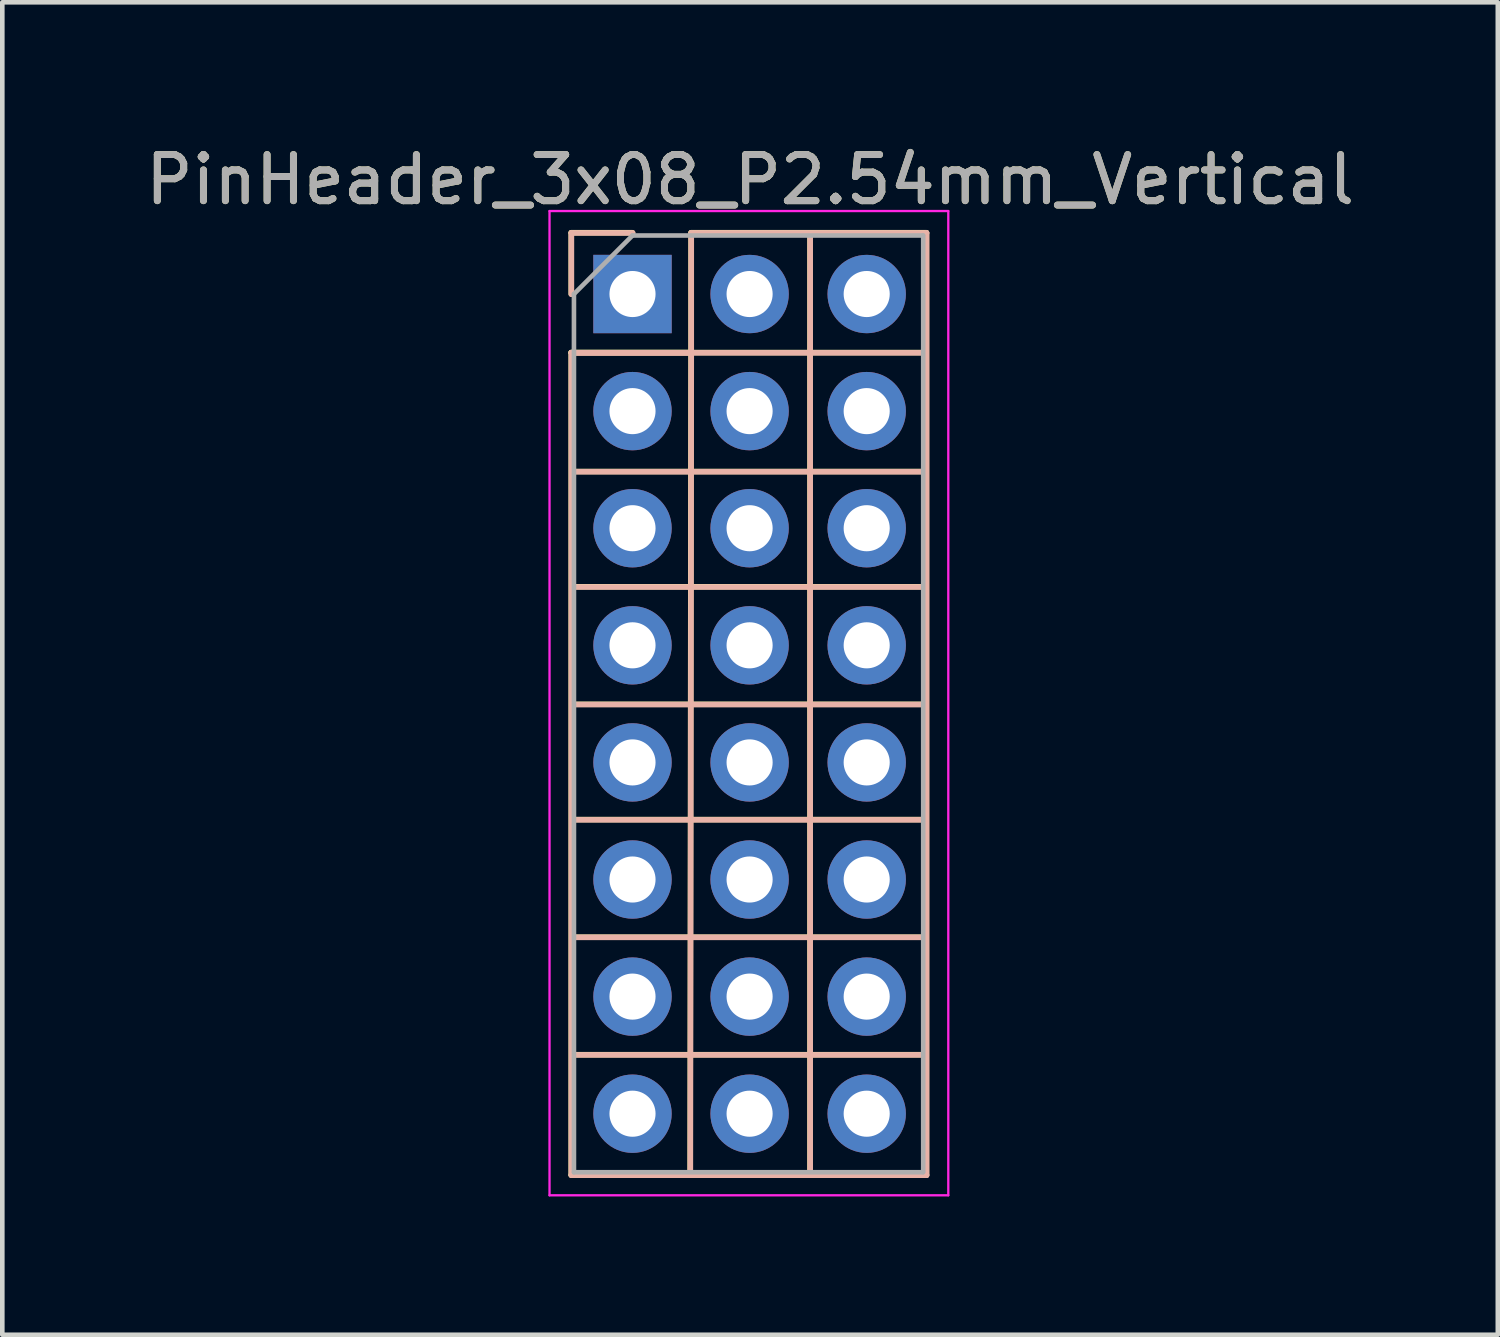
<source format=kicad_pcb>
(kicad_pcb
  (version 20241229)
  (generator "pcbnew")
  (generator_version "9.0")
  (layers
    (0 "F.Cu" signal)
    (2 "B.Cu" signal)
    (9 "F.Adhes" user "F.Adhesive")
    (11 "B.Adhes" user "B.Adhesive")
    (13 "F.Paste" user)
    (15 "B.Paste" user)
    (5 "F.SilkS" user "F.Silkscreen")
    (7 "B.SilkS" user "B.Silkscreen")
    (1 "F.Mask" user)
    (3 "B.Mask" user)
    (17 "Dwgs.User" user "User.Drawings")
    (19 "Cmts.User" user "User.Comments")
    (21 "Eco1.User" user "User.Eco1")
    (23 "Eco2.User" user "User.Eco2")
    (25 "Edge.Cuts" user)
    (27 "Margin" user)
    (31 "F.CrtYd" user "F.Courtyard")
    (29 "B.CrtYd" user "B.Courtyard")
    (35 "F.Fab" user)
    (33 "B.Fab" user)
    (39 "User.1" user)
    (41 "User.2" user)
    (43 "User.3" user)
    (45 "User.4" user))
  (footprint "PinHeader_3x08_P2.54mm_Vertical"
    (layer "F.Cu")
    (at 10.67 3.328)
    (property "Reference" "PinHeader_3x08_P2.54mm_Vertical" (at 2.55 -2.48 0) (layer "F.SilkS") (effects (font (size 1 1) (thickness 0.15))))
    (attr through_hole)
    (fp_line (start -1.33 -1.33) (end 0 -1.33) (stroke (width 0.12) (type solid)) (layer "F.SilkS"))
    (fp_line (start -1.33 0) (end -1.33 -1.33) (stroke (width 0.12) (type solid)) (layer "F.SilkS"))
    (fp_line (start -1.33 1.27) (end -1.33 19.11) (stroke (width 0.12) (type solid)) (layer "F.SilkS"))
    (fp_line (start -1.33 1.27) (end 1.27 1.27) (stroke (width 0.12) (type solid)) (layer "F.SilkS"))
    (fp_line (start -1.33 19.11) (end 6.375 19.11) (stroke (width 0.12) (type solid)) (layer "F.SilkS"))
    (fp_line (start 1.25 19.1) (end 1.27 1.27) (stroke (width 0.12) (type solid)) (layer "F.SilkS"))
    (fp_line (start 1.27 -1.33) (end 6.375 -1.33) (stroke (width 0.12) (type solid)) (layer "F.SilkS"))
    (fp_line (start 1.27 1.27) (end 1.27 -1.33) (stroke (width 0.12) (type solid)) (layer "F.SilkS"))
    (fp_line (start 3.85 19.1) (end 3.85 -1.3) (stroke (width 0.12) (type solid)) (layer "F.SilkS"))
    (fp_line (start 6.27 1.27) (end -1.33 1.27) (stroke (width 0.12) (type solid)) (layer "F.SilkS"))
    (fp_line (start 6.3 3.85) (end -1.3 3.85) (stroke (width 0.12) (type solid)) (layer "F.SilkS"))
    (fp_line (start 6.3 6.35) (end -1.3 6.35) (stroke (width 0.12) (type solid)) (layer "F.SilkS"))
    (fp_line (start 6.3 8.9) (end -1.3 8.9) (stroke (width 0.12) (type solid)) (layer "F.SilkS"))
    (fp_line (start 6.3 11.4) (end -1.3 11.4) (stroke (width 0.12) (type solid)) (layer "F.SilkS"))
    (fp_line (start 6.3 13.95) (end -1.3 13.95) (stroke (width 0.12) (type solid)) (layer "F.SilkS"))
    (fp_line (start 6.3 16.5) (end -1.3 16.5) (stroke (width 0.12) (type solid)) (layer "F.SilkS"))
    (fp_line (start 6.375 -1.33) (end 6.375 19.11) (stroke (width 0.12) (type solid)) (layer "F.SilkS"))
    (fp_line (start -1.325 -1.325) (end 0.005 -1.325) (stroke (width 0.12) (type solid)) (layer "B.SilkS"))
    (fp_line (start -1.325 0.005) (end -1.325 -1.325) (stroke (width 0.12) (type solid)) (layer "B.SilkS"))
    (fp_line (start -1.325 1.275) (end -1.325 19.115) (stroke (width 0.12) (type solid)) (layer "B.SilkS"))
    (fp_line (start -1.325 1.275) (end 1.275 1.275) (stroke (width 0.12) (type solid)) (layer "B.SilkS"))
    (fp_line (start -1.325 19.115) (end 6.38 19.115) (stroke (width 0.12) (type solid)) (layer "B.SilkS"))
    (fp_line (start 1.255 19.105) (end 1.275 1.275) (stroke (width 0.12) (type solid)) (layer "B.SilkS"))
    (fp_line (start 1.275 -1.325) (end 6.38 -1.325) (stroke (width 0.12) (type solid)) (layer "B.SilkS"))
    (fp_line (start 1.275 1.275) (end 1.275 -1.325) (stroke (width 0.12) (type solid)) (layer "B.SilkS"))
    (fp_line (start 3.855 19.105) (end 3.855 -1.295) (stroke (width 0.12) (type solid)) (layer "B.SilkS"))
    (fp_line (start 6.275 1.275) (end -1.325 1.275) (stroke (width 0.12) (type solid)) (layer "B.SilkS"))
    (fp_line (start 6.305 3.855) (end -1.295 3.855) (stroke (width 0.12) (type solid)) (layer "B.SilkS"))
    (fp_line (start 6.305 6.355) (end -1.295 6.355) (stroke (width 0.12) (type solid)) (layer "B.SilkS"))
    (fp_line (start 6.305 8.905) (end -1.295 8.905) (stroke (width 0.12) (type solid)) (layer "B.SilkS"))
    (fp_line (start 6.305 11.405) (end -1.295 11.405) (stroke (width 0.12) (type solid)) (layer "B.SilkS"))
    (fp_line (start 6.305 13.955) (end -1.295 13.955) (stroke (width 0.12) (type solid)) (layer "B.SilkS"))
    (fp_line (start 6.305 16.505) (end -1.295 16.505) (stroke (width 0.12) (type solid)) (layer "B.SilkS"))
    (fp_line (start 6.38 -1.325) (end 6.38 19.115) (stroke (width 0.12) (type solid)) (layer "B.SilkS"))
    (fp_line (start -1.8 -1.8) (end -1.8 19.55) (stroke (width 0.05) (type solid)) (layer "F.CrtYd"))
    (fp_line (start -1.8 19.55) (end 6.85 19.55) (stroke (width 0.05) (type solid)) (layer "F.CrtYd"))
    (fp_line (start 6.85 -1.8) (end -1.8 -1.8) (stroke (width 0.05) (type solid)) (layer "F.CrtYd"))
    (fp_line (start 6.85 19.55) (end 6.85 -1.8) (stroke (width 0.05) (type solid)) (layer "F.CrtYd"))
    (fp_line (start -1.27 0) (end 0 -1.27) (stroke (width 0.1) (type solid)) (layer "F.Fab"))
    (fp_line (start -1.27 19.05) (end -1.27 0) (stroke (width 0.1) (type solid)) (layer "F.Fab"))
    (fp_line (start 0 -1.27) (end 6.3 -1.27) (stroke (width 0.1) (type solid)) (layer "F.Fab"))
    (fp_line (start 6.3 19.05) (end -1.27 19.05) (stroke (width 0.1) (type solid)) (layer "F.Fab"))
    (fp_line (start 6.306 -1.27) (end 6.306 19.048) (stroke (width 0.1) (type solid)) (layer "F.Fab"))
    (fp_text user "${REFERENCE}" (at 2.55 -2.48 180) (layer "F.Fab") (effects (font (size 1 1) (thickness 0.15))))
    (pad "1" thru_hole rect (at 0 0) (size 1.7 1.7) (drill 1) (layers "*.Cu" "*.Mask"))
    (pad "2" thru_hole oval (at 0 2.54) (size 1.7 1.7) (drill 1) (layers "*.Cu" "*.Mask"))
    (pad "3" thru_hole oval (at 0 5.08) (size 1.7 1.7) (drill 1) (layers "*.Cu" "*.Mask"))
    (pad "4" thru_hole oval (at 0 7.62) (size 1.7 1.7) (drill 1) (layers "*.Cu" "*.Mask"))
    (pad "5" thru_hole oval (at 0 10.16) (size 1.7 1.7) (drill 1) (layers "*.Cu" "*.Mask"))
    (pad "6" thru_hole oval (at 0 12.7) (size 1.7 1.7) (drill 1) (layers "*.Cu" "*.Mask"))
    (pad "7" thru_hole oval (at 0 15.24) (size 1.7 1.7) (drill 1) (layers "*.Cu" "*.Mask"))
    (pad "8" thru_hole oval (at 0 17.78) (size 1.7 1.7) (drill 1) (layers "*.Cu" "*.Mask"))
    (pad "9" thru_hole oval (at 2.54 0) (size 1.7 1.7) (drill 1) (layers "*.Cu" "*.Mask"))
    (pad "9" thru_hole oval (at 2.54 2.54) (size 1.7 1.7) (drill 1) (layers "*.Cu" "*.Mask"))
    (pad "9" thru_hole oval (at 2.54 5.08) (size 1.7 1.7) (drill 1) (layers "*.Cu" "*.Mask"))
    (pad "9" thru_hole oval (at 2.54 7.62) (size 1.7 1.7) (drill 1) (layers "*.Cu" "*.Mask"))
    (pad "9" thru_hole oval (at 2.54 10.16) (size 1.7 1.7) (drill 1) (layers "*.Cu" "*.Mask"))
    (pad "9" thru_hole oval (at 2.54 12.7) (size 1.7 1.7) (drill 1) (layers "*.Cu" "*.Mask"))
    (pad "9" thru_hole oval (at 2.54 15.24) (size 1.7 1.7) (drill 1) (layers "*.Cu" "*.Mask"))
    (pad "9" thru_hole oval (at 2.54 17.78) (size 1.7 1.7) (drill 1) (layers "*.Cu" "*.Mask"))
    (pad "10" thru_hole oval (at 5.08 0) (size 1.7 1.7) (drill 1) (layers "*.Cu" "*.Mask"))
    (pad "10" thru_hole oval (at 5.08 2.54) (size 1.7 1.7) (drill 1) (layers "*.Cu" "*.Mask"))
    (pad "10" thru_hole oval (at 5.08 5.08) (size 1.7 1.7) (drill 1) (layers "*.Cu" "*.Mask"))
    (pad "10" thru_hole oval (at 5.08 7.62) (size 1.7 1.7) (drill 1) (layers "*.Cu" "*.Mask"))
    (pad "10" thru_hole oval (at 5.08 10.16) (size 1.7 1.7) (drill 1) (layers "*.Cu" "*.Mask"))
    (pad "10" thru_hole oval (at 5.08 12.7) (size 1.7 1.7) (drill 1) (layers "*.Cu" "*.Mask"))
    (pad "10" thru_hole oval (at 5.08 15.24) (size 1.7 1.7) (drill 1) (layers "*.Cu" "*.Mask"))
    (pad "10" thru_hole oval (at 5.08 17.78) (size 1.7 1.7) (drill 1) (layers "*.Cu" "*.Mask")))
  (gr_rect
    (start -3 -3)
    (end 29.44 25.903)
    (stroke (width 0.1) (type default))
    (fill no)
    (layer "Edge.Cuts")))
</source>
